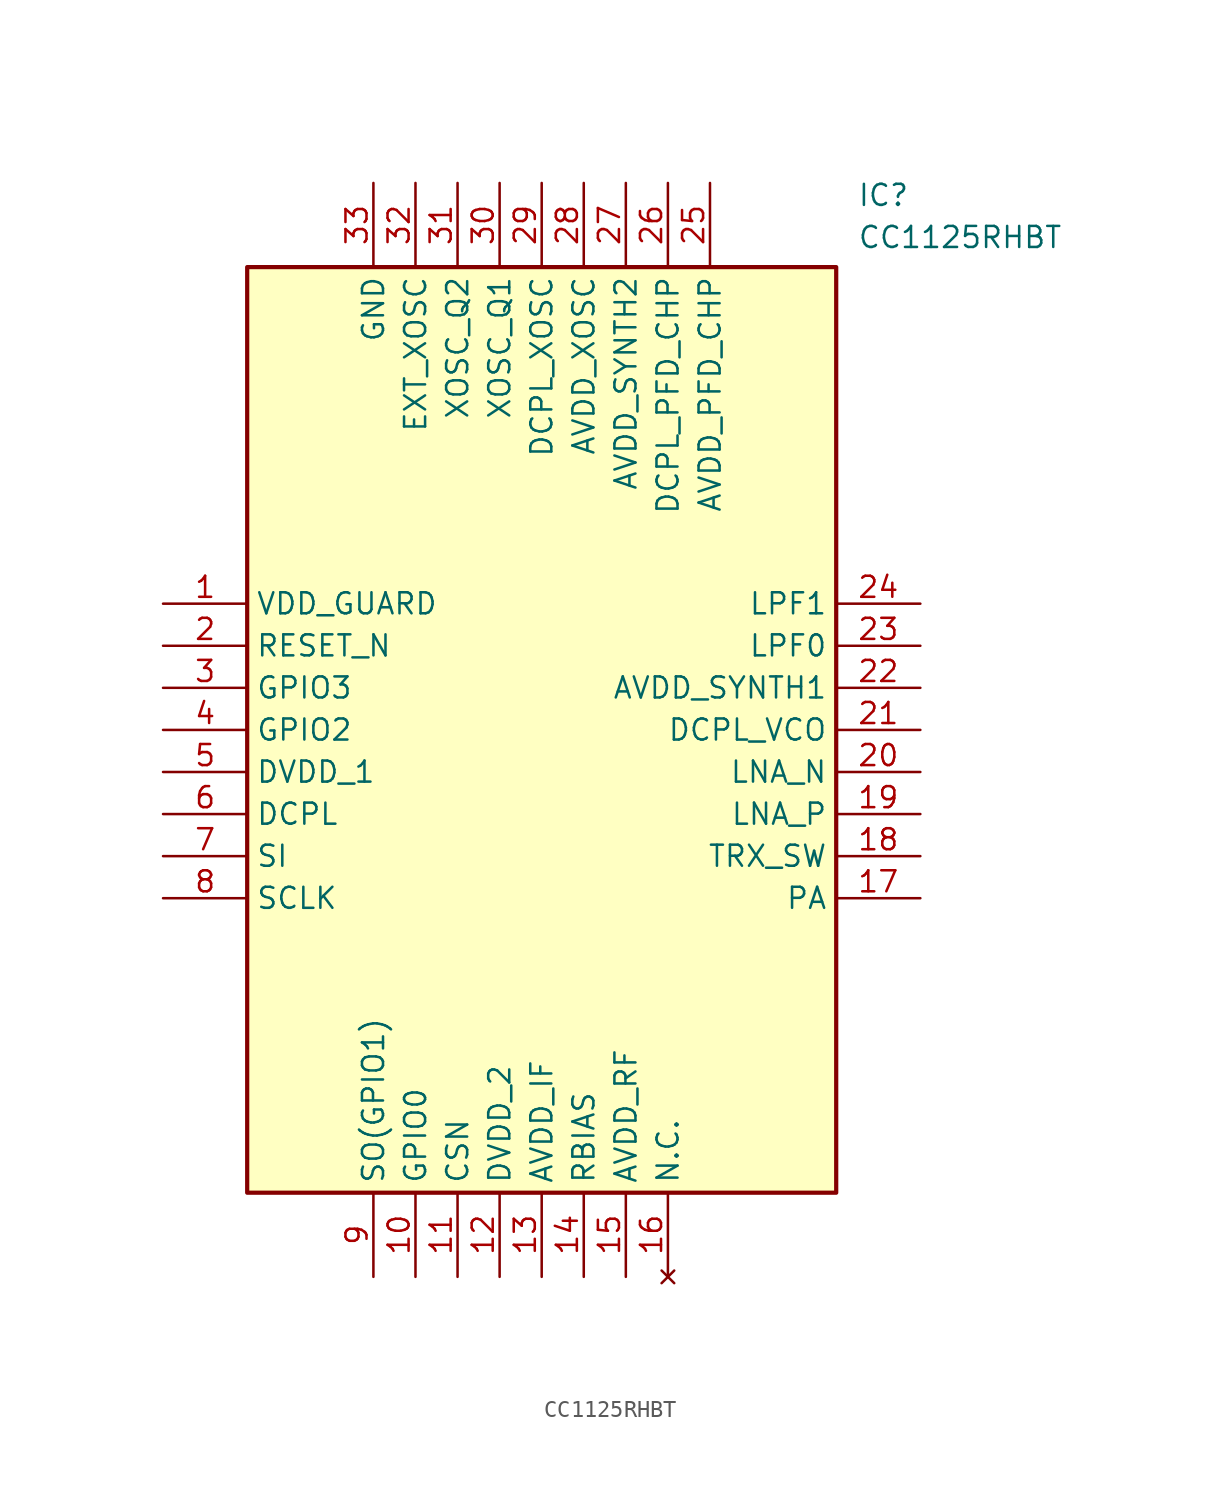
<source format=kicad_sym>
(kicad_symbol_lib
  (version 20211014)
  (generator SamacSys_ECAD_Model)
  (symbol "CC1125RHBT"
    (property "Reference" "IC"
      (at 41.91 25.4 0)
      (effects (font (size 1.27 1.27)) (justify left top)))
    (property "Value" "CC1125RHBT"
      (at 41.91 22.86 0)
      (effects (font (size 1.27 1.27)) (justify left top)))
    (rectangle
      (start 5.08 20.32)
      (end 40.64 -35.56)
      (stroke (width 0.254) (type default))
      (fill (type background)))
    (pin passive line
      (at 0 0 0)
      (length 5.08)
      (name "VDD_GUARD" (effects (font (size 1.27 1.27))))
      (number "1" (effects (font (size 1.27 1.27)))))
    (pin passive line
      (at 0 -2.54 0)
      (length 5.08)
      (name "RESET_N" (effects (font (size 1.27 1.27))))
      (number "2" (effects (font (size 1.27 1.27)))))
    (pin passive line
      (at 0 -5.08 0)
      (length 5.08)
      (name "GPIO3" (effects (font (size 1.27 1.27))))
      (number "3" (effects (font (size 1.27 1.27)))))
    (pin passive line
      (at 0 -7.62 0)
      (length 5.08)
      (name "GPIO2" (effects (font (size 1.27 1.27))))
      (number "4" (effects (font (size 1.27 1.27)))))
    (pin passive line
      (at 0 -10.16 0)
      (length 5.08)
      (name "DVDD_1" (effects (font (size 1.27 1.27))))
      (number "5" (effects (font (size 1.27 1.27)))))
    (pin passive line
      (at 0 -12.7 0)
      (length 5.08)
      (name "DCPL" (effects (font (size 1.27 1.27))))
      (number "6" (effects (font (size 1.27 1.27)))))
    (pin passive line
      (at 0 -15.24 0)
      (length 5.08)
      (name "SI" (effects (font (size 1.27 1.27))))
      (number "7" (effects (font (size 1.27 1.27)))))
    (pin passive line
      (at 0 -17.78 0)
      (length 5.08)
      (name "SCLK" (effects (font (size 1.27 1.27))))
      (number "8" (effects (font (size 1.27 1.27)))))
    (pin passive line
      (at 12.7 -40.64 90)
      (length 5.08)
      (name "SO(GPIO1)" (effects (font (size 1.27 1.27))))
      (number "9" (effects (font (size 1.27 1.27)))))
    (pin passive line
      (at 15.24 -40.64 90)
      (length 5.08)
      (name "GPIO0" (effects (font (size 1.27 1.27))))
      (number "10" (effects (font (size 1.27 1.27)))))
    (pin passive line
      (at 17.78 -40.64 90)
      (length 5.08)
      (name "CSN" (effects (font (size 1.27 1.27))))
      (number "11" (effects (font (size 1.27 1.27)))))
    (pin passive line
      (at 20.32 -40.64 90)
      (length 5.08)
      (name "DVDD_2" (effects (font (size 1.27 1.27))))
      (number "12" (effects (font (size 1.27 1.27)))))
    (pin passive line
      (at 22.86 -40.64 90)
      (length 5.08)
      (name "AVDD_IF" (effects (font (size 1.27 1.27))))
      (number "13" (effects (font (size 1.27 1.27)))))
    (pin passive line
      (at 25.4 -40.64 90)
      (length 5.08)
      (name "RBIAS" (effects (font (size 1.27 1.27))))
      (number "14" (effects (font (size 1.27 1.27)))))
    (pin passive line
      (at 27.94 -40.64 90)
      (length 5.08)
      (name "AVDD_RF" (effects (font (size 1.27 1.27))))
      (number "15" (effects (font (size 1.27 1.27)))))
    (pin no_connect line
      (at 30.48 -40.64 90)
      (length 5.08)
      (name "N.C." (effects (font (size 1.27 1.27))))
      (number "16" (effects (font (size 1.27 1.27)))))
    (pin passive line
      (at 45.72 0 180)
      (length 5.08)
      (name "LPF1" (effects (font (size 1.27 1.27))))
      (number "24" (effects (font (size 1.27 1.27)))))
    (pin passive line
      (at 45.72 -2.54 180)
      (length 5.08)
      (name "LPF0" (effects (font (size 1.27 1.27))))
      (number "23" (effects (font (size 1.27 1.27)))))
    (pin passive line
      (at 45.72 -5.08 180)
      (length 5.08)
      (name "AVDD_SYNTH1" (effects (font (size 1.27 1.27))))
      (number "22" (effects (font (size 1.27 1.27)))))
    (pin passive line
      (at 45.72 -7.62 180)
      (length 5.08)
      (name "DCPL_VCO" (effects (font (size 1.27 1.27))))
      (number "21" (effects (font (size 1.27 1.27)))))
    (pin passive line
      (at 45.72 -10.16 180)
      (length 5.08)
      (name "LNA_N" (effects (font (size 1.27 1.27))))
      (number "20" (effects (font (size 1.27 1.27)))))
    (pin passive line
      (at 45.72 -12.7 180)
      (length 5.08)
      (name "LNA_P" (effects (font (size 1.27 1.27))))
      (number "19" (effects (font (size 1.27 1.27)))))
    (pin passive line
      (at 45.72 -15.24 180)
      (length 5.08)
      (name "TRX_SW" (effects (font (size 1.27 1.27))))
      (number "18" (effects (font (size 1.27 1.27)))))
    (pin passive line
      (at 45.72 -17.78 180)
      (length 5.08)
      (name "PA" (effects (font (size 1.27 1.27))))
      (number "17" (effects (font (size 1.27 1.27)))))
    (pin passive line
      (at 12.7 25.4 270)
      (length 5.08)
      (name "GND" (effects (font (size 1.27 1.27))))
      (number "33" (effects (font (size 1.27 1.27)))))
    (pin passive line
      (at 15.24 25.4 270)
      (length 5.08)
      (name "EXT_XOSC" (effects (font (size 1.27 1.27))))
      (number "32" (effects (font (size 1.27 1.27)))))
    (pin passive line
      (at 17.78 25.4 270)
      (length 5.08)
      (name "XOSC_Q2" (effects (font (size 1.27 1.27))))
      (number "31" (effects (font (size 1.27 1.27)))))
    (pin passive line
      (at 20.32 25.4 270)
      (length 5.08)
      (name "XOSC_Q1" (effects (font (size 1.27 1.27))))
      (number "30" (effects (font (size 1.27 1.27)))))
    (pin passive line
      (at 22.86 25.4 270)
      (length 5.08)
      (name "DCPL_XOSC" (effects (font (size 1.27 1.27))))
      (number "29" (effects (font (size 1.27 1.27)))))
    (pin passive line
      (at 25.4 25.4 270)
      (length 5.08)
      (name "AVDD_XOSC" (effects (font (size 1.27 1.27))))
      (number "28" (effects (font (size 1.27 1.27)))))
    (pin passive line
      (at 27.94 25.4 270)
      (length 5.08)
      (name "AVDD_SYNTH2" (effects (font (size 1.27 1.27))))
      (number "27" (effects (font (size 1.27 1.27)))))
    (pin passive line
      (at 30.48 25.4 270)
      (length 5.08)
      (name "DCPL_PFD_CHP" (effects (font (size 1.27 1.27))))
      (number "26" (effects (font (size 1.27 1.27)))))
    (pin passive line
      (at 33.02 25.4 270)
      (length 5.08)
      (name "AVDD_PFD_CHP" (effects (font (size 1.27 1.27))))
      (number "25" (effects (font (size 1.27 1.27)))))))
</source>
